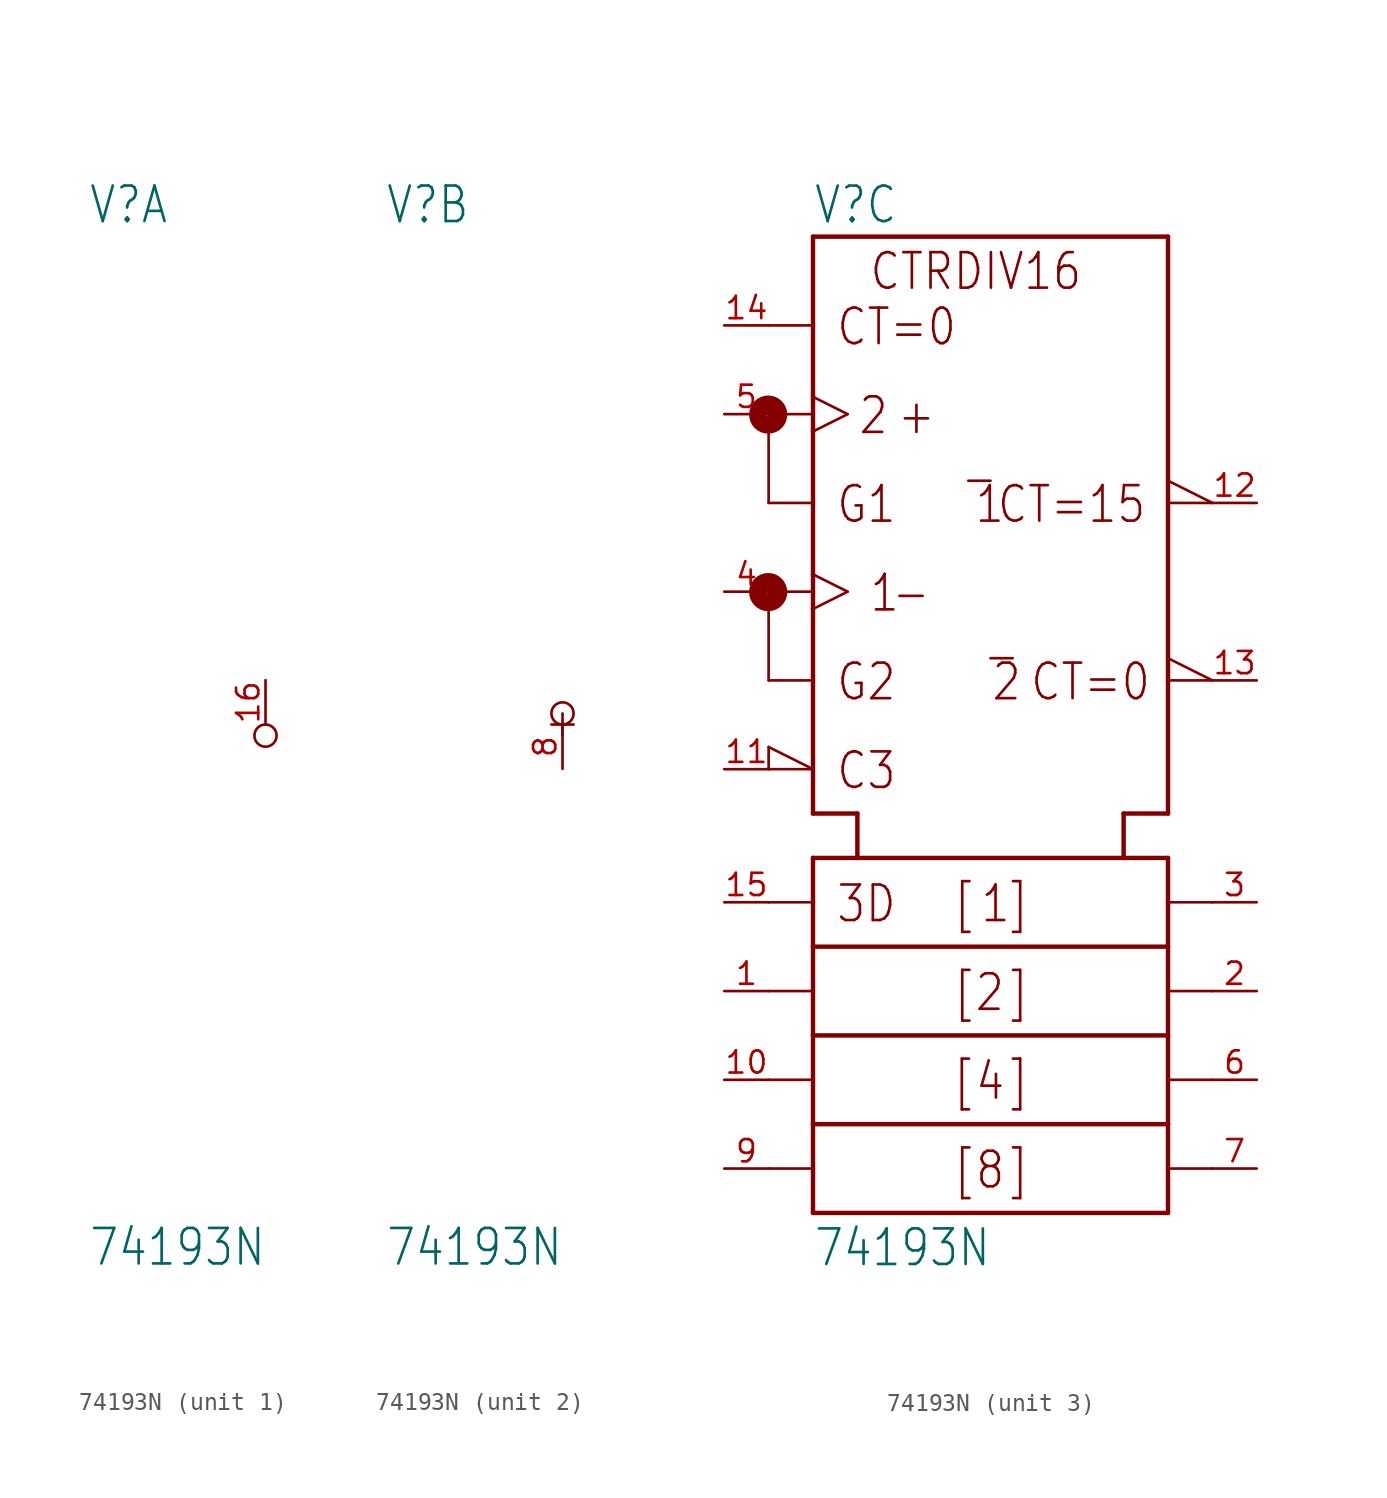
<source format=kicad_sym>
(kicad_symbol_lib
  (version 20211014)
  (generator kicad_symbol_editor)
  (symbol "74193N"
    (property "Reference" "V"
      (at -10.16 28.575 0)
      (effects (font (size 2.032 1.727)) (justify left bottom)))
    (property "Value" "74193N"
      (at -10.16 -31.115 0)
      (effects (font (size 2.032 1.727)) (justify left bottom)))
    (property "ki_locked" ""
      (at 0 0 0)
      (effects (font (size 1.27 1.27))))
    (symbol "74193N_1_0"
      (circle (center 0 -0.635) (radius 0.635) (stroke (width 0.152) (type default) (color 0 0 0 0)) (fill (type none)))
      (pin power_in line (at 0 2.54 270) (length 2.54) (name "+UB" (effects (font (size 0 0)))) (number "16" (effects (font (size 1.27 1.27))))))
    (symbol "74193N_2_0"
      (polyline (pts (xy 0 -0.635) (xy 0 0.635)) (stroke (width 0) (type default) (color 0 0 0 0)) (fill (type none)))
      (polyline (pts (xy 0.635 0) (xy -0.635 0)) (stroke (width 0) (type default) (color 0 0 0 0)) (fill (type none)))
      (circle (center 0 0.635) (radius 0.635) (stroke (width 0.152) (type default) (color 0 0 0 0)) (fill (type none)))
      (pin power_in line (at 0 -2.54 90) (length 2.54) (name "-UB" (effects (font (size 0 0)))) (number "8" (effects (font (size 1.27 1.27))))))
    (symbol "74193N_3_0"
      (circle (center -12.725 7.595) (radius 0.102) (stroke (width 0.991) (type default) (color 0 0 0 0)) (fill (type none)))
      (circle (center -12.725 17.755) (radius 0.102) (stroke (width 0.991) (type default) (color 0 0 0 0)) (fill (type none)))
      (polyline (pts (xy -12.7 -25.4) (xy -10.16 -25.4)) (stroke (width 0.152) (type default) (color 0 0 0 0)) (fill (type none)))
      (polyline (pts (xy -12.7 -20.32) (xy -10.16 -20.32)) (stroke (width 0.152) (type default) (color 0 0 0 0)) (fill (type none)))
      (polyline (pts (xy -12.7 -15.24) (xy -10.16 -15.24)) (stroke (width 0.152) (type default) (color 0 0 0 0)) (fill (type none)))
      (polyline (pts (xy -12.7 -10.16) (xy -10.16 -10.16)) (stroke (width 0.152) (type default) (color 0 0 0 0)) (fill (type none)))
      (polyline (pts (xy -12.7 -2.54) (xy -10.16 -2.54)) (stroke (width 0.152) (type default) (color 0 0 0 0)) (fill (type none)))
      (polyline (pts (xy -12.7 -1.27) (xy -12.7 -2.54)) (stroke (width 0.152) (type default) (color 0 0 0 0)) (fill (type none)))
      (polyline (pts (xy -12.7 7.62) (xy -12.7 2.54)) (stroke (width 0.152) (type default) (color 0 0 0 0)) (fill (type none)))
      (polyline (pts (xy -12.7 7.62) (xy -10.16 7.62)) (stroke (width 0.152) (type default) (color 0 0 0 0)) (fill (type none)))
      (polyline (pts (xy -12.7 17.78) (xy -12.7 12.7)) (stroke (width 0.152) (type default) (color 0 0 0 0)) (fill (type none)))
      (polyline (pts (xy -12.7 17.78) (xy -10.16 17.78)) (stroke (width 0.152) (type default) (color 0 0 0 0)) (fill (type none)))
      (polyline (pts (xy -12.7 22.86) (xy -10.16 22.86)) (stroke (width 0.152) (type default) (color 0 0 0 0)) (fill (type none)))
      (polyline (pts (xy -10.16 -27.94) (xy -10.16 -25.4)) (stroke (width 0.254) (type default) (color 0 0 0 0)) (fill (type none)))
      (polyline (pts (xy -10.16 -27.94) (xy 10.16 -27.94)) (stroke (width 0.254) (type default) (color 0 0 0 0)) (fill (type none)))
      (polyline (pts (xy -10.16 -25.4) (xy -10.16 -22.86)) (stroke (width 0.254) (type default) (color 0 0 0 0)) (fill (type none)))
      (polyline (pts (xy -10.16 -22.86) (xy -10.16 -20.32)) (stroke (width 0.254) (type default) (color 0 0 0 0)) (fill (type none)))
      (polyline (pts (xy -10.16 -22.86) (xy 10.16 -22.86)) (stroke (width 0.254) (type default) (color 0 0 0 0)) (fill (type none)))
      (polyline (pts (xy -10.16 -20.32) (xy -10.16 -17.78)) (stroke (width 0.254) (type default) (color 0 0 0 0)) (fill (type none)))
      (polyline (pts (xy -10.16 -17.78) (xy -10.16 -15.24)) (stroke (width 0.254) (type default) (color 0 0 0 0)) (fill (type none)))
      (polyline (pts (xy -10.16 -17.78) (xy 10.16 -17.78)) (stroke (width 0.254) (type default) (color 0 0 0 0)) (fill (type none)))
      (polyline (pts (xy -10.16 -15.24) (xy -10.16 -12.7)) (stroke (width 0.254) (type default) (color 0 0 0 0)) (fill (type none)))
      (polyline (pts (xy -10.16 -12.7) (xy -10.16 -10.16)) (stroke (width 0.254) (type default) (color 0 0 0 0)) (fill (type none)))
      (polyline (pts (xy -10.16 -12.7) (xy 10.16 -12.7)) (stroke (width 0.254) (type default) (color 0 0 0 0)) (fill (type none)))
      (polyline (pts (xy -10.16 -10.16) (xy -10.16 -7.62)) (stroke (width 0.254) (type default) (color 0 0 0 0)) (fill (type none)))
      (polyline (pts (xy -10.16 -7.62) (xy -7.62 -7.62)) (stroke (width 0.254) (type default) (color 0 0 0 0)) (fill (type none)))
      (polyline (pts (xy -10.16 -5.08) (xy -10.16 -2.54)) (stroke (width 0.254) (type default) (color 0 0 0 0)) (fill (type none)))
      (polyline (pts (xy -10.16 -2.54) (xy -12.7 -1.27)) (stroke (width 0.152) (type default) (color 0 0 0 0)) (fill (type none)))
      (polyline (pts (xy -10.16 -2.54) (xy -10.16 2.54)) (stroke (width 0.254) (type default) (color 0 0 0 0)) (fill (type none)))
      (polyline (pts (xy -10.16 2.54) (xy -12.7 2.54)) (stroke (width 0.152) (type default) (color 0 0 0 0)) (fill (type none)))
      (polyline (pts (xy -10.16 2.54) (xy -10.16 6.629)) (stroke (width 0.254) (type default) (color 0 0 0 0)) (fill (type none)))
      (polyline (pts (xy -10.16 6.629) (xy -10.16 7.62)) (stroke (width 0.254) (type default) (color 0 0 0 0)) (fill (type none)))
      (polyline (pts (xy -10.16 7.62) (xy -10.16 8.611)) (stroke (width 0.254) (type default) (color 0 0 0 0)) (fill (type none)))
      (polyline (pts (xy -10.16 8.611) (xy -10.16 12.7)) (stroke (width 0.254) (type default) (color 0 0 0 0)) (fill (type none)))
      (polyline (pts (xy -10.16 8.611) (xy -8.179 7.62)) (stroke (width 0.152) (type default) (color 0 0 0 0)) (fill (type none)))
      (polyline (pts (xy -10.16 12.7) (xy -12.7 12.7)) (stroke (width 0.152) (type default) (color 0 0 0 0)) (fill (type none)))
      (polyline (pts (xy -10.16 12.7) (xy -10.16 16.789)) (stroke (width 0.254) (type default) (color 0 0 0 0)) (fill (type none)))
      (polyline (pts (xy -10.16 16.789) (xy -10.16 17.78)) (stroke (width 0.254) (type default) (color 0 0 0 0)) (fill (type none)))
      (polyline (pts (xy -10.16 17.78) (xy -10.16 18.771)) (stroke (width 0.254) (type default) (color 0 0 0 0)) (fill (type none)))
      (polyline (pts (xy -10.16 18.771) (xy -10.16 22.86)) (stroke (width 0.254) (type default) (color 0 0 0 0)) (fill (type none)))
      (polyline (pts (xy -10.16 18.771) (xy -8.179 17.78)) (stroke (width 0.152) (type default) (color 0 0 0 0)) (fill (type none)))
      (polyline (pts (xy -10.16 22.86) (xy -10.16 27.94)) (stroke (width 0.254) (type default) (color 0 0 0 0)) (fill (type none)))
      (polyline (pts (xy -8.179 7.62) (xy -10.16 6.629)) (stroke (width 0.152) (type default) (color 0 0 0 0)) (fill (type none)))
      (polyline (pts (xy -8.179 17.78) (xy -10.16 16.789)) (stroke (width 0.152) (type default) (color 0 0 0 0)) (fill (type none)))
      (polyline (pts (xy -7.62 -7.62) (xy -7.62 -5.08)) (stroke (width 0.254) (type default) (color 0 0 0 0)) (fill (type none)))
      (polyline (pts (xy -7.62 -7.62) (xy 7.62 -7.62)) (stroke (width 0.254) (type default) (color 0 0 0 0)) (fill (type none)))
      (polyline (pts (xy -7.62 -5.08) (xy -10.16 -5.08)) (stroke (width 0.254) (type default) (color 0 0 0 0)) (fill (type none)))
      (polyline (pts (xy -1.27 13.97) (xy 0 13.97)) (stroke (width 0.152) (type default) (color 0 0 0 0)) (fill (type none)))
      (polyline (pts (xy 0 3.81) (xy 1.27 3.81)) (stroke (width 0.152) (type default) (color 0 0 0 0)) (fill (type none)))
      (polyline (pts (xy 7.62 -7.62) (xy 7.62 -5.08)) (stroke (width 0.254) (type default) (color 0 0 0 0)) (fill (type none)))
      (polyline (pts (xy 7.62 -7.62) (xy 10.16 -7.62)) (stroke (width 0.254) (type default) (color 0 0 0 0)) (fill (type none)))
      (polyline (pts (xy 7.62 -5.08) (xy 10.16 -5.08)) (stroke (width 0.254) (type default) (color 0 0 0 0)) (fill (type none)))
      (polyline (pts (xy 10.16 -25.4) (xy 10.16 -27.94)) (stroke (width 0.254) (type default) (color 0 0 0 0)) (fill (type none)))
      (polyline (pts (xy 10.16 -25.4) (xy 12.7 -25.4)) (stroke (width 0.152) (type default) (color 0 0 0 0)) (fill (type none)))
      (polyline (pts (xy 10.16 -22.86) (xy 10.16 -25.4)) (stroke (width 0.254) (type default) (color 0 0 0 0)) (fill (type none)))
      (polyline (pts (xy 10.16 -20.32) (xy 10.16 -22.86)) (stroke (width 0.254) (type default) (color 0 0 0 0)) (fill (type none)))
      (polyline (pts (xy 10.16 -20.32) (xy 12.7 -20.32)) (stroke (width 0.152) (type default) (color 0 0 0 0)) (fill (type none)))
      (polyline (pts (xy 10.16 -17.78) (xy 10.16 -20.32)) (stroke (width 0.254) (type default) (color 0 0 0 0)) (fill (type none)))
      (polyline (pts (xy 10.16 -15.24) (xy 10.16 -17.78)) (stroke (width 0.254) (type default) (color 0 0 0 0)) (fill (type none)))
      (polyline (pts (xy 10.16 -15.24) (xy 12.7 -15.24)) (stroke (width 0.152) (type default) (color 0 0 0 0)) (fill (type none)))
      (polyline (pts (xy 10.16 -12.7) (xy 10.16 -15.24)) (stroke (width 0.254) (type default) (color 0 0 0 0)) (fill (type none)))
      (polyline (pts (xy 10.16 -10.16) (xy 10.16 -12.7)) (stroke (width 0.254) (type default) (color 0 0 0 0)) (fill (type none)))
      (polyline (pts (xy 10.16 -10.16) (xy 12.7 -10.16)) (stroke (width 0.152) (type default) (color 0 0 0 0)) (fill (type none)))
      (polyline (pts (xy 10.16 -7.62) (xy 10.16 -10.16)) (stroke (width 0.254) (type default) (color 0 0 0 0)) (fill (type none)))
      (polyline (pts (xy 10.16 2.54) (xy 10.16 -5.08)) (stroke (width 0.254) (type default) (color 0 0 0 0)) (fill (type none)))
      (polyline (pts (xy 10.16 2.54) (xy 12.7 2.54)) (stroke (width 0.152) (type default) (color 0 0 0 0)) (fill (type none)))
      (polyline (pts (xy 10.16 3.81) (xy 10.16 2.54)) (stroke (width 0.254) (type default) (color 0 0 0 0)) (fill (type none)))
      (polyline (pts (xy 10.16 12.7) (xy 10.16 3.81)) (stroke (width 0.254) (type default) (color 0 0 0 0)) (fill (type none)))
      (polyline (pts (xy 10.16 12.7) (xy 12.7 12.7)) (stroke (width 0.152) (type default) (color 0 0 0 0)) (fill (type none)))
      (polyline (pts (xy 10.16 13.97) (xy 10.16 12.7)) (stroke (width 0.254) (type default) (color 0 0 0 0)) (fill (type none)))
      (polyline (pts (xy 10.16 27.94) (xy -10.16 27.94)) (stroke (width 0.254) (type default) (color 0 0 0 0)) (fill (type none)))
      (polyline (pts (xy 10.16 27.94) (xy 10.16 13.97)) (stroke (width 0.254) (type default) (color 0 0 0 0)) (fill (type none)))
      (polyline (pts (xy 12.7 2.54) (xy 10.16 3.81)) (stroke (width 0.152) (type default) (color 0 0 0 0)) (fill (type none)))
      (polyline (pts (xy 12.7 12.7) (xy 10.16 13.97)) (stroke (width 0.152) (type default) (color 0 0 0 0)) (fill (type none)))
      (text "+" (at -5.41 16.51 0) (effects (font (size 2.032 1.727)) (justify left bottom)))
      (text "-" (at -5.715 6.35 0) (effects (font (size 2.032 1.727)) (justify left bottom)))
      (text "1" (at -6.985 6.35 0) (effects (font (size 2.032 1.727)) (justify left bottom)))
      (text "1" (at -0.965 11.43 0) (effects (font (size 2.032 1.727)) (justify left bottom)))
      (text "1" (at -0.635 -11.43 0) (effects (font (size 2.032 1.727)) (justify left bottom)))
      (text "2" (at -7.62 16.51 0) (effects (font (size 2.032 1.727)) (justify left bottom)))
      (text "2" (at -0.965 -16.51 0) (effects (font (size 2.032 1.727)) (justify left bottom)))
      (text "2" (at 0 1.27 0) (effects (font (size 2.032 1.727)) (justify left bottom)))
      (text "3D" (at -8.89 -11.43 0) (effects (font (size 2.032 1.727)) (justify left bottom)))
      (text "4" (at -0.94 -21.59 0) (effects (font (size 2.032 1.727)) (justify left bottom)))
      (text "8" (at -0.94 -26.67 0) (effects (font (size 2.032 1.727)) (justify left bottom)))
      (text "[" (at -2.235 -21.59 0) (effects (font (size 2.032 1.727)) (justify left bottom)))
      (text "[" (at -2.21 -26.67 0) (effects (font (size 2.032 1.727)) (justify left bottom)))
      (text "[" (at -2.21 -16.51 0) (effects (font (size 2.032 1.727)) (justify left bottom)))
      (text "[" (at -2.21 -11.43 0) (effects (font (size 2.032 1.727)) (justify left bottom)))
      (text "]" (at 0.94 -26.67 0) (effects (font (size 2.032 1.727)) (justify left bottom)))
      (text "]" (at 0.94 -21.59 0) (effects (font (size 2.032 1.727)) (justify left bottom)))
      (text "]" (at 0.94 -16.51 0) (effects (font (size 2.032 1.727)) (justify left bottom)))
      (text "]" (at 0.94 -11.43 0) (effects (font (size 2.032 1.727)) (justify left bottom)))
      (text "C3" (at -8.89 -3.81 0) (effects (font (size 2.032 1.727)) (justify left bottom)))
      (text "CT=0" (at -8.89 21.59 0) (effects (font (size 2.032 1.727)) (justify left bottom)))
      (text "CT=0" (at 2.21 1.27 0) (effects (font (size 2.032 1.727)) (justify left bottom)))
      (text "CT=15" (at 0.305 11.43 0) (effects (font (size 2.032 1.727)) (justify left bottom)))
      (text "CTRDIV16" (at -6.985 24.765 0) (effects (font (size 2.032 1.727)) (justify left bottom)))
      (text "G1" (at -8.89 11.43 0) (effects (font (size 2.032 1.727)) (justify left bottom)))
      (text "G2" (at -8.89 1.27 0) (effects (font (size 2.032 1.727)) (justify left bottom)))
      (pin input line (at -15.24 -15.24 0) (length 2.54) (name "B" (effects (font (size 0 0)))) (number "1" (effects (font (size 1.27 1.27)))))
      (pin input line (at -15.24 -20.32 0) (length 2.54) (name "C" (effects (font (size 0 0)))) (number "10" (effects (font (size 1.27 1.27)))))
      (pin input line (at -15.24 -2.54 0) (length 2.54) (name "~{LOAD}" (effects (font (size 0 0)))) (number "11" (effects (font (size 1.27 1.27)))))
      (pin output line (at 15.24 12.7 180) (length 2.54) (name "~{CO}" (effects (font (size 0 0)))) (number "12" (effects (font (size 1.27 1.27)))))
      (pin output line (at 15.24 2.54 180) (length 2.54) (name "~{BO}" (effects (font (size 0 0)))) (number "13" (effects (font (size 1.27 1.27)))))
      (pin input line (at -15.24 22.86 0) (length 2.54) (name "CLR" (effects (font (size 0 0)))) (number "14" (effects (font (size 1.27 1.27)))))
      (pin input line (at -15.24 -10.16 0) (length 2.54) (name "A" (effects (font (size 0 0)))) (number "15" (effects (font (size 1.27 1.27)))))
      (pin output line (at 15.24 -15.24 180) (length 2.54) (name "QB" (effects (font (size 0 0)))) (number "2" (effects (font (size 1.27 1.27)))))
      (pin output line (at 15.24 -10.16 180) (length 2.54) (name "QA" (effects (font (size 0 0)))) (number "3" (effects (font (size 1.27 1.27)))))
      (pin input line (at -15.24 7.62 0) (length 2.54) (name "DOWN" (effects (font (size 0 0)))) (number "4" (effects (font (size 1.27 1.27)))))
      (pin input line (at -15.24 17.78 0) (length 2.54) (name "UP" (effects (font (size 0 0)))) (number "5" (effects (font (size 1.27 1.27)))))
      (pin output line (at 15.24 -20.32 180) (length 2.54) (name "QC" (effects (font (size 0 0)))) (number "6" (effects (font (size 1.27 1.27)))))
      (pin output line (at 15.24 -25.4 180) (length 2.54) (name "QD" (effects (font (size 0 0)))) (number "7" (effects (font (size 1.27 1.27)))))
      (pin input line (at -15.24 -25.4 0) (length 2.54) (name "D" (effects (font (size 0 0)))) (number "9" (effects (font (size 1.27 1.27))))))))
</source>
